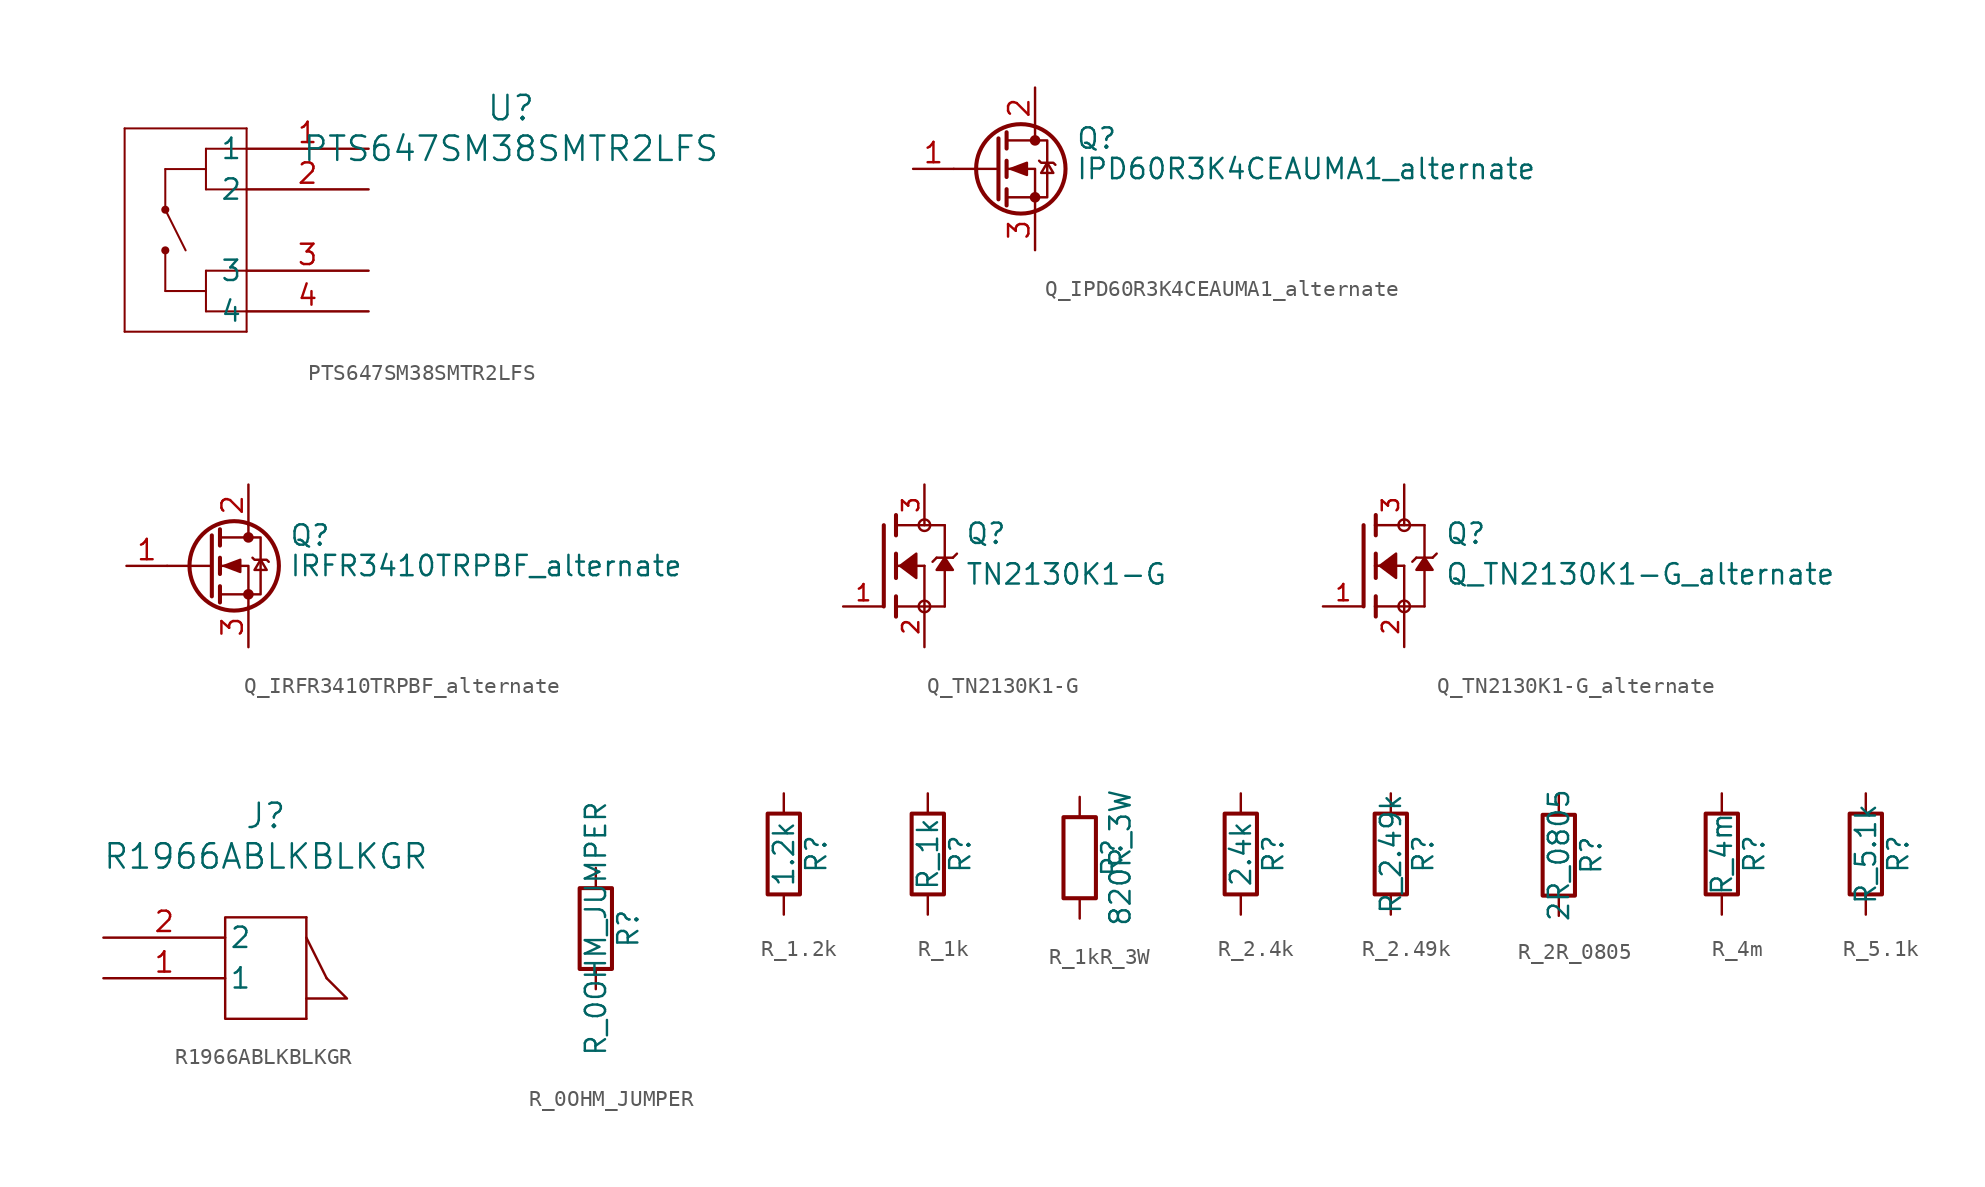
<source format=kicad_sym>
(kicad_symbol_lib
  (version 20241209)
  (generator "kicad_symbol_editor")
  (generator_version "9.0")
  (symbol "PTS647SM38SMTR2LFS"
    (pin_names
      (offset 0.254))
    (property "Reference" "U"
      (at 20.32 7.62 0)
      (effects (font (size 1.524 1.524))))
    (property "Value" "PTS647SM38SMTR2LFS"
      (at 20.32 5.08 0)
      (effects (font (size 1.524 1.524))))
    (symbol "PTS647SM38SMTR2LFS_0_1"
      (polyline (pts (xy -3.81 6.35) (xy -3.81 -6.35)) (stroke (width 0.127) (type default)) (fill (type none)))
      (polyline (pts (xy -3.81 -6.35) (xy 3.81 -6.35)) (stroke (width 0.127) (type default)) (fill (type none)))
      (polyline (pts (xy -1.27 3.81) (xy -1.27 1.27)) (stroke (width 0.127) (type default)) (fill (type none)))
      (polyline (pts (xy -1.27 3.81) (xy 1.27 3.81)) (stroke (width 0.127) (type default)) (fill (type none)))
      (circle (center -1.27 1.27) (radius 0.127) (stroke (width 0.254) (type default)) (fill (type none)))
      (circle (center -1.27 -1.27) (radius 0.127) (stroke (width 0.254) (type default)) (fill (type none)))
      (polyline (pts (xy -1.27 -1.27) (xy -1.27 -3.81)) (stroke (width 0.127) (type default)) (fill (type none)))
      (polyline (pts (xy -1.27 -3.81) (xy 1.27 -3.81)) (stroke (width 0.127) (type default)) (fill (type none)))
      (polyline (pts (xy 0 -1.27) (xy -1.27 1.27)) (stroke (width 0.127) (type default)) (fill (type none)))
      (polyline (pts (xy 1.27 5.08) (xy 1.27 2.54)) (stroke (width 0.127) (type default)) (fill (type none)))
      (polyline (pts (xy 1.27 5.08) (xy 3.81 5.08)) (stroke (width 0.127) (type default)) (fill (type none)))
      (polyline (pts (xy 1.27 2.54) (xy 3.81 2.54)) (stroke (width 0.127) (type default)) (fill (type none)))
      (polyline (pts (xy 1.27 -2.54) (xy 3.81 -2.54)) (stroke (width 0.127) (type default)) (fill (type none)))
      (polyline (pts (xy 1.27 -5.08) (xy 1.27 -2.54)) (stroke (width 0.127) (type default)) (fill (type none)))
      (polyline (pts (xy 1.27 -5.08) (xy 3.81 -5.08)) (stroke (width 0.127) (type default)) (fill (type none)))
      (polyline (pts (xy 3.81 6.35) (xy -3.81 6.35)) (stroke (width 0.127) (type default)) (fill (type none)))
      (polyline (pts (xy 3.81 -6.35) (xy 3.81 6.35)) (stroke (width 0.127) (type default)) (fill (type none)))
      (pin unspecified line (at 11.43 5.08 180) (length 7.62) (name "1" (effects (font (size 1.27 1.27)))) (number "1" (effects (font (size 1.27 1.27)))))
      (pin unspecified line (at 11.43 2.54 180) (length 7.62) (name "2" (effects (font (size 1.27 1.27)))) (number "2" (effects (font (size 1.27 1.27)))))
      (pin unspecified line (at 11.43 -2.54 180) (length 7.62) (name "3" (effects (font (size 1.27 1.27)))) (number "3" (effects (font (size 1.27 1.27))))))
    (symbol "PTS647SM38SMTR2LFS_1_1"
      (pin unspecified line (at 11.43 -5.08 180) (length 7.62) (name "4" (effects (font (size 1.27 1.27)))) (number "4" (effects (font (size 1.27 1.27)))))))
  (symbol "Q_IPD60R3K4CEAUMA1_alternate"
    (pin_names
      (hide yes))
    (property "Reference" "Q"
      (at 5.08 1.905 0)
      (effects (font (size 1.27 1.27)) (justify left)))
    (property "Value" "IPD60R3K4CEAUMA1_alternate"
      (at 5.08 0 0)
      (effects (font (size 1.27 1.27)) (justify left)))
    (symbol "Q_IPD60R3K4CEAUMA1_alternate_0_1"
      (polyline (pts (xy 0.254 1.905) (xy 0.254 -1.905)) (stroke (width 0.254) (type default)) (fill (type none)))
      (polyline (pts (xy 0.254 0) (xy -2.54 0)) (stroke (width 0) (type default)) (fill (type none)))
      (polyline (pts (xy 0.762 2.286) (xy 0.762 1.27)) (stroke (width 0.254) (type default)) (fill (type none)))
      (polyline (pts (xy 0.762 0.508) (xy 0.762 -0.508)) (stroke (width 0.254) (type default)) (fill (type none)))
      (polyline (pts (xy 0.762 -1.27) (xy 0.762 -2.286)) (stroke (width 0.254) (type default)) (fill (type none)))
      (polyline (pts (xy 0.762 -1.778) (xy 3.302 -1.778) (xy 3.302 1.778) (xy 0.762 1.778)) (stroke (width 0) (type default)) (fill (type none)))
      (polyline (pts (xy 1.016 0) (xy 2.032 0.381) (xy 2.032 -0.381) (xy 1.016 0)) (stroke (width 0) (type default)) (fill (type outline)))
      (circle (center 1.651 0) (radius 2.794) (stroke (width 0.254) (type default)) (fill (type none)))
      (polyline (pts (xy 2.54 2.54) (xy 2.54 1.778)) (stroke (width 0) (type default)) (fill (type none)))
      (circle (center 2.54 1.778) (radius 0.254) (stroke (width 0) (type default)) (fill (type outline)))
      (circle (center 2.54 -1.778) (radius 0.254) (stroke (width 0) (type default)) (fill (type outline)))
      (polyline (pts (xy 2.54 -2.54) (xy 2.54 0) (xy 0.762 0)) (stroke (width 0) (type default)) (fill (type none)))
      (polyline (pts (xy 2.794 0.508) (xy 2.921 0.381) (xy 3.683 0.381) (xy 3.81 0.254)) (stroke (width 0) (type default)) (fill (type none)))
      (polyline (pts (xy 3.302 0.381) (xy 2.921 -0.254) (xy 3.683 -0.254) (xy 3.302 0.381)) (stroke (width 0) (type default)) (fill (type none))))
    (symbol "Q_IPD60R3K4CEAUMA1_alternate_1_1"
      (pin passive line (at -5.08 0 0) (length 2.54) (name "G" (effects (font (size 1.27 1.27)))) (number "1" (effects (font (size 1.27 1.27)))))
      (pin passive line (at 2.54 5.08 270) (length 2.54) (name "D" (effects (font (size 1.27 1.27)))) (number "2" (effects (font (size 1.27 1.27)))))
      (pin passive line (at 2.54 -5.08 90) (length 2.54) (name "S" (effects (font (size 1.27 1.27)))) (number "3" (effects (font (size 1.27 1.27)))))))
  (symbol "Q_IRFR3410TRPBF_alternate"
    (pin_names
      (hide yes))
    (property "Reference" "Q"
      (at 5.08 1.905 0)
      (effects (font (size 1.27 1.27)) (justify left)))
    (property "Value" "IRFR3410TRPBF_alternate"
      (at 5.08 0 0)
      (effects (font (size 1.27 1.27)) (justify left)))
    (symbol "Q_IRFR3410TRPBF_alternate_0_1"
      (polyline (pts (xy 0.254 1.905) (xy 0.254 -1.905)) (stroke (width 0.254) (type default)) (fill (type none)))
      (polyline (pts (xy 0.254 0) (xy -2.54 0)) (stroke (width 0) (type default)) (fill (type none)))
      (polyline (pts (xy 0.762 2.286) (xy 0.762 1.27)) (stroke (width 0.254) (type default)) (fill (type none)))
      (polyline (pts (xy 0.762 0.508) (xy 0.762 -0.508)) (stroke (width 0.254) (type default)) (fill (type none)))
      (polyline (pts (xy 0.762 -1.27) (xy 0.762 -2.286)) (stroke (width 0.254) (type default)) (fill (type none)))
      (polyline (pts (xy 0.762 -1.778) (xy 3.302 -1.778) (xy 3.302 1.778) (xy 0.762 1.778)) (stroke (width 0) (type default)) (fill (type none)))
      (polyline (pts (xy 1.016 0) (xy 2.032 0.381) (xy 2.032 -0.381) (xy 1.016 0)) (stroke (width 0) (type default)) (fill (type outline)))
      (circle (center 1.651 0) (radius 2.794) (stroke (width 0.254) (type default)) (fill (type none)))
      (polyline (pts (xy 2.54 2.54) (xy 2.54 1.778)) (stroke (width 0) (type default)) (fill (type none)))
      (circle (center 2.54 1.778) (radius 0.254) (stroke (width 0) (type default)) (fill (type outline)))
      (circle (center 2.54 -1.778) (radius 0.254) (stroke (width 0) (type default)) (fill (type outline)))
      (polyline (pts (xy 2.54 -2.54) (xy 2.54 0) (xy 0.762 0)) (stroke (width 0) (type default)) (fill (type none)))
      (polyline (pts (xy 2.794 0.508) (xy 2.921 0.381) (xy 3.683 0.381) (xy 3.81 0.254)) (stroke (width 0) (type default)) (fill (type none)))
      (polyline (pts (xy 3.302 0.381) (xy 2.921 -0.254) (xy 3.683 -0.254) (xy 3.302 0.381)) (stroke (width 0) (type default)) (fill (type none))))
    (symbol "Q_IRFR3410TRPBF_alternate_1_1"
      (pin passive line (at -5.08 0 0) (length 2.54) (name "G" (effects (font (size 1.27 1.27)))) (number "1" (effects (font (size 1.27 1.27)))))
      (pin passive line (at 2.54 5.08 270) (length 2.54) (name "D" (effects (font (size 1.27 1.27)))) (number "2" (effects (font (size 1.27 1.27)))))
      (pin passive line (at 2.54 -5.08 90) (length 2.54) (name "S" (effects (font (size 1.27 1.27)))) (number "3" (effects (font (size 1.27 1.27)))))))
  (symbol "Q_TN2130K1-G"
    (pin_names
      (offset 1.016))
    (property "Reference" "Q"
      (at 5.08 1.27 0)
      (effects (font (size 1.27 1.27)) (justify left bottom)))
    (property "Value" "TN2130K1-G"
      (at 5.08 -1.27 0)
      (effects (font (size 1.27 1.27)) (justify left bottom)))
    (symbol "Q_TN2130K1-G_0_0"
      (polyline (pts (xy 0 2.54) (xy 0 -2.54)) (stroke (width 0.254) (type default)) (fill (type none)))
      (polyline (pts (xy 0.762 3.175) (xy 0.762 2.54)) (stroke (width 0.254) (type default)) (fill (type none)))
      (polyline (pts (xy 0.762 2.54) (xy 0.762 1.905)) (stroke (width 0.254) (type default)) (fill (type none)))
      (polyline (pts (xy 0.762 2.54) (xy 3.81 2.54)) (stroke (width 0.152) (type default)) (fill (type none)))
      (polyline (pts (xy 0.762 0.762) (xy 0.762 0)) (stroke (width 0.254) (type default)) (fill (type none)))
      (polyline (pts (xy 0.762 0) (xy 0.762 -0.762)) (stroke (width 0.254) (type default)) (fill (type none)))
      (polyline (pts (xy 0.762 0) (xy 2.54 0)) (stroke (width 0.152) (type default)) (fill (type none)))
      (polyline (pts (xy 0.762 -1.905) (xy 0.762 -2.54)) (stroke (width 0.254) (type default)) (fill (type none)))
      (polyline (pts (xy 0.762 -2.54) (xy 0.762 -3.175)) (stroke (width 0.254) (type default)) (fill (type none)))
      (polyline (pts (xy 1.016 0) (xy 2.032 0.762) (xy 2.032 -0.762) (xy 1.016 0)) (stroke (width 0.152) (type default)) (fill (type outline)))
      (circle (center 2.54 2.54) (radius 0.359) (stroke (width 0) (type default)) (fill (type none)))
      (polyline (pts (xy 2.54 0) (xy 2.54 -2.54)) (stroke (width 0.152) (type default)) (fill (type none)))
      (polyline (pts (xy 2.54 -2.54) (xy 0.762 -2.54)) (stroke (width 0.152) (type default)) (fill (type none)))
      (polyline (pts (xy 2.54 -2.54) (xy 3.81 -2.54)) (stroke (width 0.152) (type default)) (fill (type none)))
      (circle (center 2.54 -2.54) (radius 0.359) (stroke (width 0) (type default)) (fill (type none)))
      (polyline (pts (xy 3.302 0.508) (xy 3.048 0.254)) (stroke (width 0.152) (type default)) (fill (type none)))
      (polyline (pts (xy 3.81 2.54) (xy 3.81 0.508)) (stroke (width 0.152) (type default)) (fill (type none)))
      (polyline (pts (xy 3.81 0.508) (xy 3.302 0.508)) (stroke (width 0.152) (type default)) (fill (type none)))
      (polyline (pts (xy 3.81 0.508) (xy 3.81 -2.54)) (stroke (width 0.152) (type default)) (fill (type none)))
      (polyline (pts (xy 3.81 0.508) (xy 3.302 -0.254) (xy 4.318 -0.254) (xy 3.81 0.508)) (stroke (width 0.152) (type default)) (fill (type outline)))
      (polyline (pts (xy 4.318 0.508) (xy 3.81 0.508)) (stroke (width 0.152) (type default)) (fill (type none)))
      (polyline (pts (xy 4.572 0.762) (xy 4.318 0.508)) (stroke (width 0.152) (type default)) (fill (type none)))
      (pin passive line (at -2.54 -2.54 0) (length 2.54) (name "~" (effects (font (size 1.016 1.016)))) (number "1" (effects (font (size 1.016 1.016)))))
      (pin passive line (at 2.54 5.08 270) (length 2.54) (name "~" (effects (font (size 1.016 1.016)))) (number "3" (effects (font (size 1.016 1.016)))))
      (pin passive line (at 2.54 -5.08 90) (length 2.54) (name "~" (effects (font (size 1.016 1.016)))) (number "2" (effects (font (size 1.016 1.016)))))))
  (symbol "Q_TN2130K1-G_alternate"
    (pin_names
      (offset 1.016))
    (property "Reference" "Q"
      (at 5.08 1.27 0)
      (effects (font (size 1.27 1.27)) (justify left bottom)))
    (property "Value" "Q_TN2130K1-G_alternate"
      (at 5.08 -1.27 0)
      (effects (font (size 1.27 1.27)) (justify left bottom)))
    (symbol "Q_TN2130K1-G_alternate_0_0"
      (polyline (pts (xy 0 2.54) (xy 0 -2.54)) (stroke (width 0.254) (type default)) (fill (type none)))
      (polyline (pts (xy 0.762 3.175) (xy 0.762 2.54)) (stroke (width 0.254) (type default)) (fill (type none)))
      (polyline (pts (xy 0.762 2.54) (xy 0.762 1.905)) (stroke (width 0.254) (type default)) (fill (type none)))
      (polyline (pts (xy 0.762 2.54) (xy 3.81 2.54)) (stroke (width 0.152) (type default)) (fill (type none)))
      (polyline (pts (xy 0.762 0.762) (xy 0.762 0)) (stroke (width 0.254) (type default)) (fill (type none)))
      (polyline (pts (xy 0.762 0) (xy 0.762 -0.762)) (stroke (width 0.254) (type default)) (fill (type none)))
      (polyline (pts (xy 0.762 0) (xy 2.54 0)) (stroke (width 0.152) (type default)) (fill (type none)))
      (polyline (pts (xy 0.762 -1.905) (xy 0.762 -2.54)) (stroke (width 0.254) (type default)) (fill (type none)))
      (polyline (pts (xy 0.762 -2.54) (xy 0.762 -3.175)) (stroke (width 0.254) (type default)) (fill (type none)))
      (polyline (pts (xy 1.016 0) (xy 2.032 0.762) (xy 2.032 -0.762) (xy 1.016 0)) (stroke (width 0.152) (type default)) (fill (type outline)))
      (circle (center 2.54 2.54) (radius 0.359) (stroke (width 0) (type default)) (fill (type none)))
      (polyline (pts (xy 2.54 0) (xy 2.54 -2.54)) (stroke (width 0.152) (type default)) (fill (type none)))
      (polyline (pts (xy 2.54 -2.54) (xy 0.762 -2.54)) (stroke (width 0.152) (type default)) (fill (type none)))
      (polyline (pts (xy 2.54 -2.54) (xy 3.81 -2.54)) (stroke (width 0.152) (type default)) (fill (type none)))
      (circle (center 2.54 -2.54) (radius 0.359) (stroke (width 0) (type default)) (fill (type none)))
      (polyline (pts (xy 3.302 0.508) (xy 3.048 0.254)) (stroke (width 0.152) (type default)) (fill (type none)))
      (polyline (pts (xy 3.81 2.54) (xy 3.81 0.508)) (stroke (width 0.152) (type default)) (fill (type none)))
      (polyline (pts (xy 3.81 0.508) (xy 3.302 0.508)) (stroke (width 0.152) (type default)) (fill (type none)))
      (polyline (pts (xy 3.81 0.508) (xy 3.81 -2.54)) (stroke (width 0.152) (type default)) (fill (type none)))
      (polyline (pts (xy 3.81 0.508) (xy 3.302 -0.254) (xy 4.318 -0.254) (xy 3.81 0.508)) (stroke (width 0.152) (type default)) (fill (type outline)))
      (polyline (pts (xy 4.318 0.508) (xy 3.81 0.508)) (stroke (width 0.152) (type default)) (fill (type none)))
      (polyline (pts (xy 4.572 0.762) (xy 4.318 0.508)) (stroke (width 0.152) (type default)) (fill (type none)))
      (pin passive line (at -2.54 -2.54 0) (length 2.54) (name "~" (effects (font (size 1.016 1.016)))) (number "1" (effects (font (size 1.016 1.016)))))
      (pin passive line (at 2.54 5.08 270) (length 2.54) (name "~" (effects (font (size 1.016 1.016)))) (number "3" (effects (font (size 1.016 1.016)))))
      (pin passive line (at 2.54 -5.08 90) (length 2.54) (name "~" (effects (font (size 1.016 1.016)))) (number "2" (effects (font (size 1.016 1.016)))))))
  (symbol "R1966ABLKBLKGR"
    (pin_names
      (offset 0.254))
    (property "Reference" "J"
      (at 1.27 8.89 0)
      (effects (font (size 1.524 1.524))))
    (property "Value" "R1966ABLKBLKGR"
      (at 1.27 6.35 0)
      (effects (font (size 1.524 1.524))))
    (symbol "R1966ABLKBLKGR_1_1"
      (polyline (pts (xy 3.81 2.54) (xy 3.81 -3.81)) (stroke (width 0) (type default)) (fill (type none)))
      (polyline (pts (xy 3.81 1.27) (xy 5.08 -1.27)) (stroke (width 0) (type default)) (fill (type none)))
      (polyline (pts (xy 3.81 -3.81) (xy -1.27 -3.81) (xy -1.27 2.54) (xy 3.81 2.54)) (stroke (width 0) (type default)) (fill (type none)))
      (polyline (pts (xy 5.08 -1.27) (xy 6.35 -2.54) (xy 3.81 -2.54)) (stroke (width 0) (type default)) (fill (type none)))
      (pin power_in line (at -8.89 1.27 0) (length 7.62) (name "2" (effects (font (size 1.27 1.27)))) (number "2" (effects (font (size 1.27 1.27)))))
      (pin power_in line (at -8.89 -1.27 0) (length 7.62) (name "1" (effects (font (size 1.27 1.27)))) (number "1" (effects (font (size 1.27 1.27)))))))
  (symbol "R_0OHM_JUMPER"
    (pin_numbers
      (hide yes))
    (pin_names
      (offset 0))
    (property "Reference" "R"
      (at 2.032 0 90)
      (effects (font (size 1.27 1.27))))
    (property "Value" "R_0OHM_JUMPER"
      (at 0 0 90)
      (effects (font (size 1.27 1.27))))
    (symbol "R_0OHM_JUMPER_0_1"
      (rectangle (start -1.016 -2.54) (end 1.016 2.54) (stroke (width 0.254) (type default)) (fill (type none))))
    (symbol "R_0OHM_JUMPER_1_1"
      (pin passive line (at 0 3.81 270) (length 1.27) (name "~" (effects (font (size 1.27 1.27)))) (number "1" (effects (font (size 1.27 1.27)))))
      (pin passive line (at 0 -3.81 90) (length 1.27) (name "~" (effects (font (size 1.27 1.27)))) (number "2" (effects (font (size 1.27 1.27)))))))
  (symbol "R_1.2k"
    (pin_numbers
      (hide yes))
    (pin_names
      (offset 0))
    (property "Reference" "R"
      (at 2.032 0 90)
      (effects (font (size 1.27 1.27))))
    (property "Value" "1.2k"
      (at 0 0 90)
      (effects (font (size 1.27 1.27))))
    (symbol "R_1.2k_0_1"
      (rectangle (start -1.016 -2.54) (end 1.016 2.54) (stroke (width 0.254) (type default)) (fill (type none))))
    (symbol "R_1.2k_1_1"
      (pin passive line (at 0 3.81 270) (length 1.27) (name "~" (effects (font (size 1.27 1.27)))) (number "1" (effects (font (size 1.27 1.27)))))
      (pin passive line (at 0 -3.81 90) (length 1.27) (name "~" (effects (font (size 1.27 1.27)))) (number "2" (effects (font (size 1.27 1.27)))))))
  (symbol "R_1k"
    (pin_numbers
      (hide yes))
    (pin_names
      (offset 0))
    (property "Reference" "R"
      (at 2.032 0 90)
      (effects (font (size 1.27 1.27))))
    (property "Value" "R_1k"
      (at 0 0 90)
      (effects (font (size 1.27 1.27))))
    (symbol "R_1k_0_1"
      (rectangle (start -1.016 -2.54) (end 1.016 2.54) (stroke (width 0.254) (type default)) (fill (type none))))
    (symbol "R_1k_1_1"
      (pin passive line (at 0 3.81 270) (length 1.27) (name "~" (effects (font (size 1.27 1.27)))) (number "1" (effects (font (size 1.27 1.27)))))
      (pin passive line (at 0 -3.81 90) (length 1.27) (name "~" (effects (font (size 1.27 1.27)))) (number "2" (effects (font (size 1.27 1.27)))))))
  (symbol "R_1kR_3W"
    (pin_numbers
      (hide yes))
    (pin_names
      (offset 0))
    (property "Reference" "R"
      (at 2.032 0 90)
      (effects (font (size 1.27 1.27))))
    (property "Value" "820R_3W"
      (at 2.54 0 90)
      (effects (font (size 1.27 1.27))))
    (symbol "R_1kR_3W_0_1"
      (rectangle (start -1.016 -2.54) (end 1.016 2.54) (stroke (width 0.254) (type default)) (fill (type none))))
    (symbol "R_1kR_3W_1_1"
      (pin passive line (at 0 3.81 270) (length 1.27) (name "~" (effects (font (size 1.27 1.27)))) (number "1" (effects (font (size 1.27 1.27)))))
      (pin passive line (at 0 -3.81 90) (length 1.27) (name "~" (effects (font (size 1.27 1.27)))) (number "2" (effects (font (size 1.27 1.27)))))))
  (symbol "R_2.4k"
    (pin_numbers
      (hide yes))
    (pin_names
      (offset 0))
    (property "Reference" "R"
      (at 2.032 0 90)
      (effects (font (size 1.27 1.27))))
    (property "Value" "2.4k"
      (at 0 0 90)
      (effects (font (size 1.27 1.27))))
    (symbol "R_2.4k_0_1"
      (rectangle (start -1.016 -2.54) (end 1.016 2.54) (stroke (width 0.254) (type default)) (fill (type none))))
    (symbol "R_2.4k_1_1"
      (pin passive line (at 0 3.81 270) (length 1.27) (name "~" (effects (font (size 1.27 1.27)))) (number "1" (effects (font (size 1.27 1.27)))))
      (pin passive line (at 0 -3.81 90) (length 1.27) (name "~" (effects (font (size 1.27 1.27)))) (number "2" (effects (font (size 1.27 1.27)))))))
  (symbol "R_2.49k"
    (pin_numbers
      (hide yes))
    (pin_names
      (offset 0))
    (property "Reference" "R"
      (at 2.032 0 90)
      (effects (font (size 1.27 1.27))))
    (property "Value" "R_2.49k"
      (at 0 0 90)
      (effects (font (size 1.27 1.27))))
    (symbol "R_2.49k_0_1"
      (rectangle (start -1.016 -2.54) (end 1.016 2.54) (stroke (width 0.254) (type default)) (fill (type none))))
    (symbol "R_2.49k_1_1"
      (pin passive line (at 0 3.81 270) (length 1.27) (name "~" (effects (font (size 1.27 1.27)))) (number "1" (effects (font (size 1.27 1.27)))))
      (pin passive line (at 0 -3.81 90) (length 1.27) (name "~" (effects (font (size 1.27 1.27)))) (number "2" (effects (font (size 1.27 1.27)))))))
  (symbol "R_2R_0805"
    (pin_numbers
      (hide yes))
    (pin_names
      (offset 0))
    (property "Reference" "R"
      (at 2.032 0 90)
      (effects (font (size 1.27 1.27))))
    (property "Value" "2R_0805"
      (at 0 0 90)
      (effects (font (size 1.27 1.27))))
    (symbol "R_2R_0805_0_1"
      (rectangle (start -1.016 -2.54) (end 1.016 2.54) (stroke (width 0.254) (type default)) (fill (type none))))
    (symbol "R_2R_0805_1_1"
      (pin passive line (at 0 3.81 270) (length 1.27) (name "~" (effects (font (size 1.27 1.27)))) (number "1" (effects (font (size 1.27 1.27)))))
      (pin passive line (at 0 -3.81 90) (length 1.27) (name "~" (effects (font (size 1.27 1.27)))) (number "2" (effects (font (size 1.27 1.27)))))))
  (symbol "R_4m"
    (pin_numbers
      (hide yes))
    (pin_names
      (offset 0))
    (property "Reference" "R"
      (at 2.032 0 90)
      (effects (font (size 1.27 1.27))))
    (property "Value" "R_4m"
      (at 0 0 90)
      (effects (font (size 1.27 1.27))))
    (symbol "R_4m_0_1"
      (rectangle (start -1.016 -2.54) (end 1.016 2.54) (stroke (width 0.254) (type default)) (fill (type none))))
    (symbol "R_4m_1_1"
      (pin passive line (at 0 3.81 270) (length 1.27) (name "~" (effects (font (size 1.27 1.27)))) (number "1" (effects (font (size 1.27 1.27)))))
      (pin passive line (at 0 -3.81 90) (length 1.27) (name "~" (effects (font (size 1.27 1.27)))) (number "2" (effects (font (size 1.27 1.27)))))))
  (symbol "R_5.1k"
    (pin_numbers
      (hide yes))
    (pin_names
      (offset 0))
    (property "Reference" "R"
      (at 2.032 0 90)
      (effects (font (size 1.27 1.27))))
    (property "Value" "R_5.1k"
      (at 0 0 90)
      (effects (font (size 1.27 1.27))))
    (symbol "R_5.1k_0_1"
      (rectangle (start -1.016 -2.54) (end 1.016 2.54) (stroke (width 0.254) (type default)) (fill (type none))))
    (symbol "R_5.1k_1_1"
      (pin passive line (at 0 3.81 270) (length 1.27) (name "~" (effects (font (size 1.27 1.27)))) (number "1" (effects (font (size 1.27 1.27)))))
      (pin passive line (at 0 -3.81 90) (length 1.27) (name "~" (effects (font (size 1.27 1.27)))) (number "2" (effects (font (size 1.27 1.27))))))))
</source>
